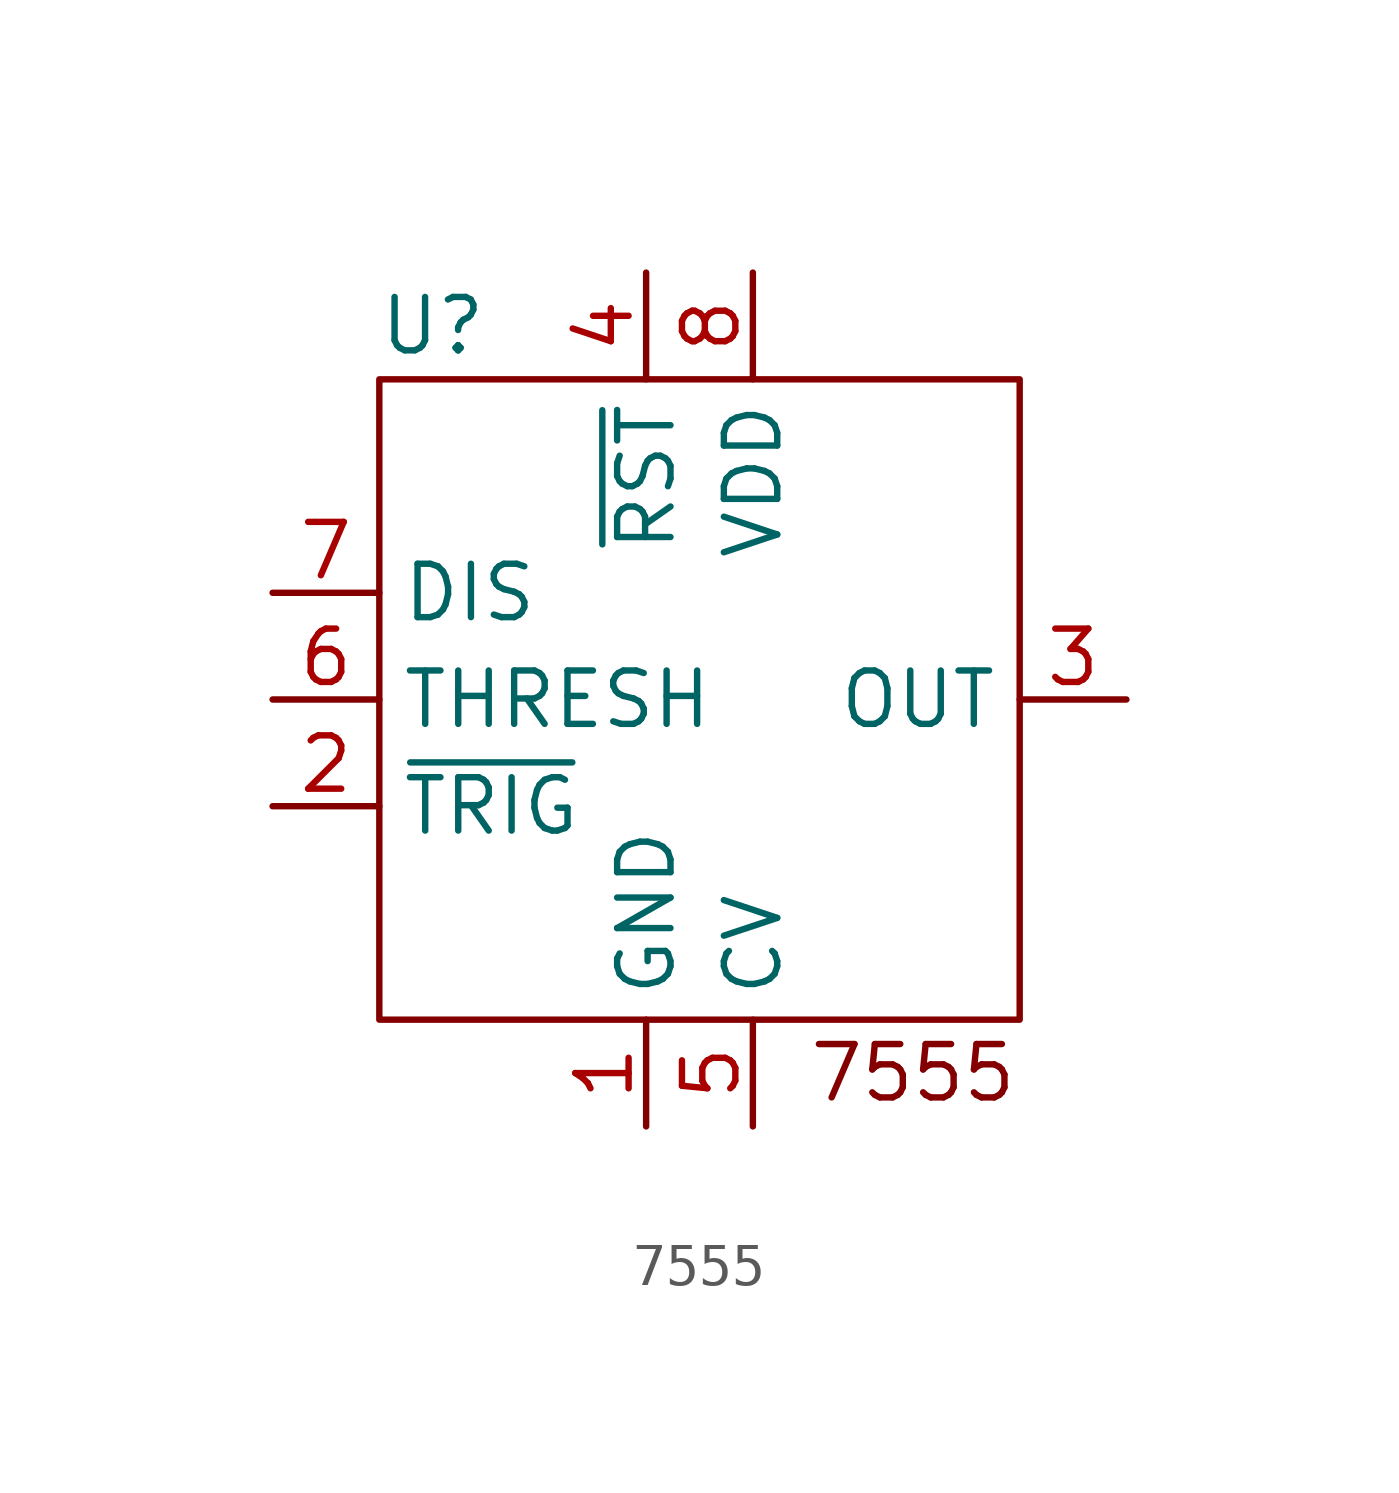
<source format=kicad_sym>
(kicad_symbol_lib
  (version 20220914)
  (generator kicad_symbol_editor)
  (symbol "7555"
    (property "Reference" "U"
      (at -6.35 8.89 0)
      (effects (font (size 1.27 1.27))))
    (property "Value" ""
      (at 0 0 0)
      (effects (font (size 1.27 1.27))))
    (symbol "7555_0_1"
      (rectangle (start -7.62 7.62) (end 7.62 -7.62) (stroke (width 0) (type default)) (fill (type none))))
    (symbol "7555_1_1"
      (text "7555" (at 5.08 -8.89 0) (effects (font (size 1.27 1.27))))
      (pin input line (at -1.27 -10.16 90) (length 2.54) (name "GND" (effects (font (size 1.27 1.27)))) (number "1" (effects (font (size 1.27 1.27)))))
      (pin input line (at -10.16 -2.54 0) (length 2.54) (name "~{TRIG}" (effects (font (size 1.27 1.27)))) (number "2" (effects (font (size 1.27 1.27)))))
      (pin input line (at 10.16 0 180) (length 2.54) (name "OUT" (effects (font (size 1.27 1.27)))) (number "3" (effects (font (size 1.27 1.27)))))
      (pin input line (at -1.27 10.16 270) (length 2.54) (name "~{RST}" (effects (font (size 1.27 1.27)))) (number "4" (effects (font (size 1.27 1.27)))))
      (pin input line (at 1.27 -10.16 90) (length 2.54) (name "CV" (effects (font (size 1.27 1.27)))) (number "5" (effects (font (size 1.27 1.27)))))
      (pin input line (at -10.16 0 0) (length 2.54) (name "THRESH" (effects (font (size 1.27 1.27)))) (number "6" (effects (font (size 1.27 1.27)))))
      (pin input line (at -10.16 2.54 0) (length 2.54) (name "DIS" (effects (font (size 1.27 1.27)))) (number "7" (effects (font (size 1.27 1.27)))))
      (pin input line (at 1.27 10.16 270) (length 2.54) (name "VDD" (effects (font (size 1.27 1.27)))) (number "8" (effects (font (size 1.27 1.27))))))))
</source>
